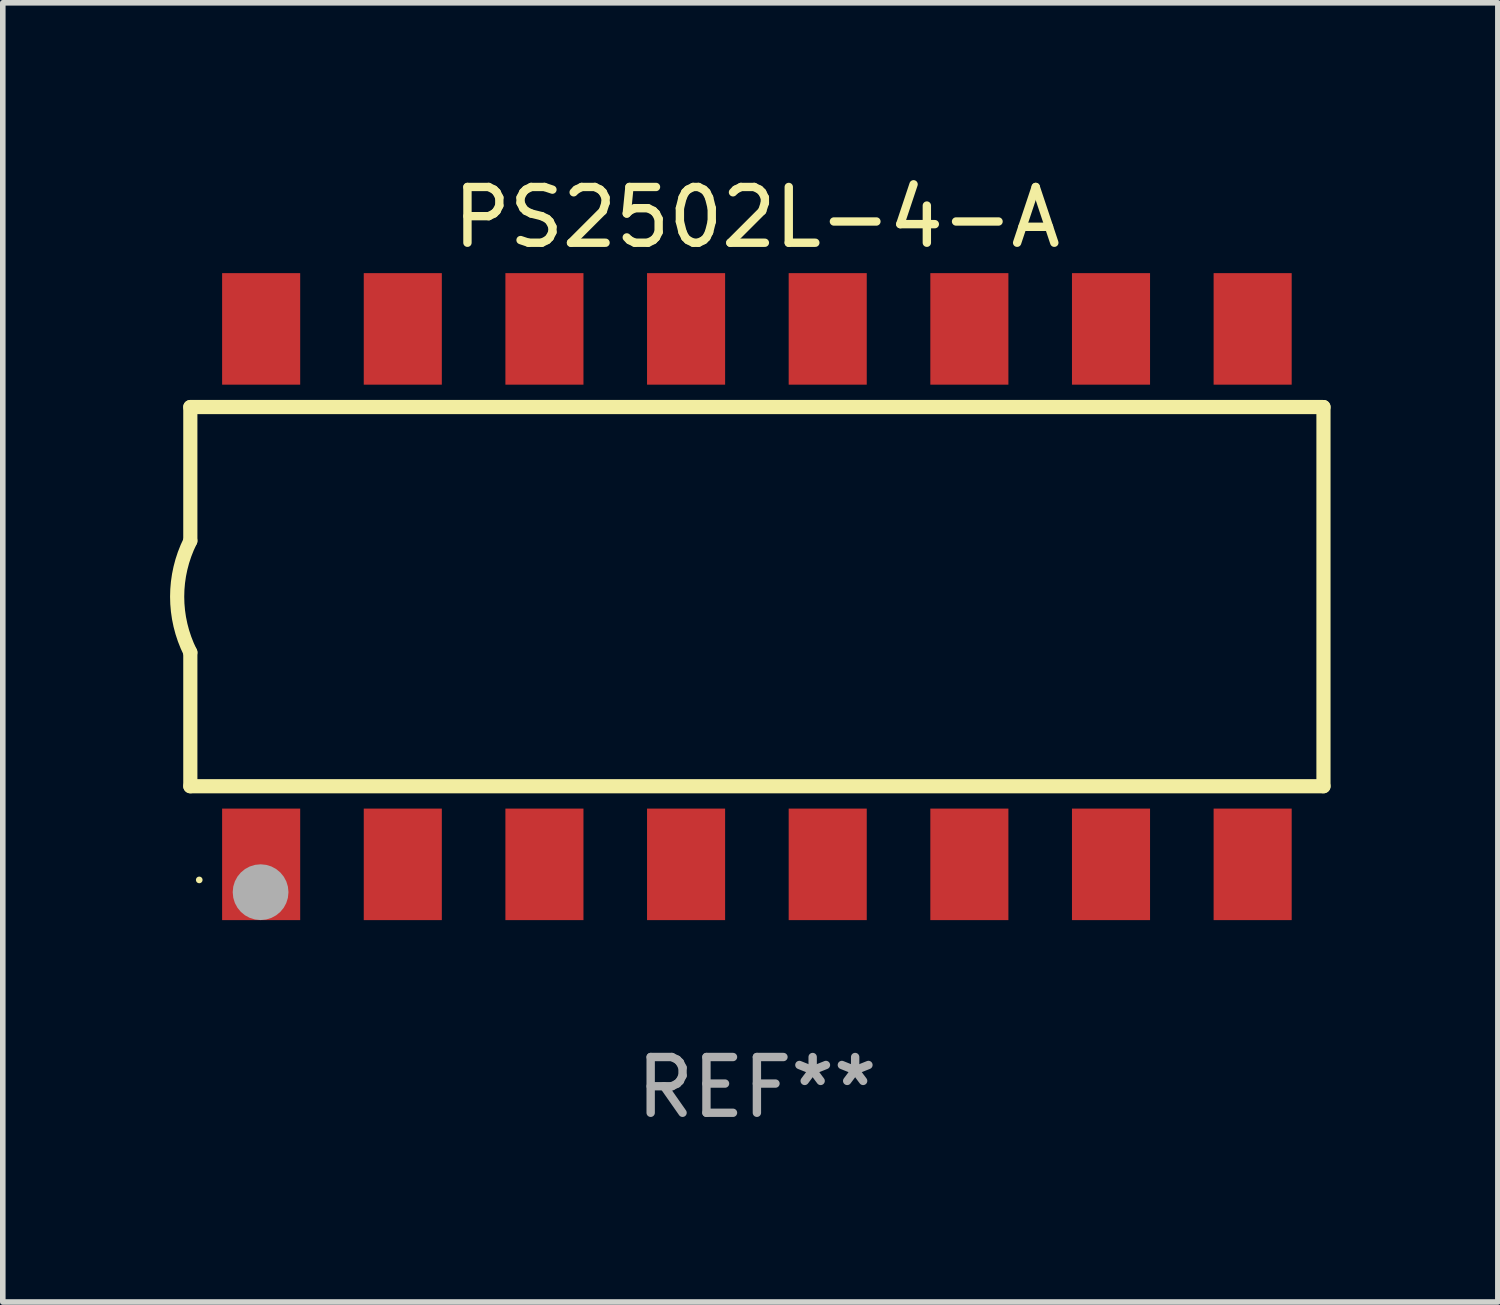
<source format=kicad_pcb>
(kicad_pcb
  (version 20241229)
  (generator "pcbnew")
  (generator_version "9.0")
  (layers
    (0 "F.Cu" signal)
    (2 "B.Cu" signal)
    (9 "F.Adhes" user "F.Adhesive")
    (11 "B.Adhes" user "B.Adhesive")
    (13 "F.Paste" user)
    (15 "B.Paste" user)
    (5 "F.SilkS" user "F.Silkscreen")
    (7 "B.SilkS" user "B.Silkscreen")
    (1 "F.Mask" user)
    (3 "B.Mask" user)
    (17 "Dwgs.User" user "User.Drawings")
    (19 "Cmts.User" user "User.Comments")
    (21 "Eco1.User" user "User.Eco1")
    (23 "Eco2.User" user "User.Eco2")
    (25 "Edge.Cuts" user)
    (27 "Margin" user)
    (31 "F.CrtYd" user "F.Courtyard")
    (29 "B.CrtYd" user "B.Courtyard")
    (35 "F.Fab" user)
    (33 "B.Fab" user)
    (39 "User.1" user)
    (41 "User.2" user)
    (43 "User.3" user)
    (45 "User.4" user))
  (footprint "PS2502L-4-A"
    (layer "F.Cu")
    (at 10.523 7.649)
    (property "Reference" "PS2502L-4-A" (at 0 -6.801 0) (layer "F.SilkS") (effects (font (size 1 1) (thickness 0.15))))
    (attr through_hole)
    (fp_line (start -10.16 -3.4) (end -10.16 -1) (stroke (width 0.254) (type solid)) (layer "F.SilkS"))
    (fp_line (start -10.16 3.4) (end -10.16 1) (stroke (width 0.254) (type solid)) (layer "F.SilkS"))
    (fp_line (start 10.16 -3.4) (end -10.16 -3.4) (stroke (width 0.254) (type solid)) (layer "F.SilkS"))
    (fp_line (start 10.16 -3.4) (end 10.16 3.4) (stroke (width 0.254) (type solid)) (layer "F.SilkS"))
    (fp_line (start 10.16 3.4) (end -10.16 3.4) (stroke (width 0.254) (type solid)) (layer "F.SilkS"))
    (fp_arc (start -10.16002 1.000762) (mid -10.396178 0.000381) (end -10.16002 -1) (stroke (width 0.254001) (type solid)) (layer "F.SilkS"))
    (fp_circle (center -10 5.08) (end -9.97 5.08) (stroke (width 0.06) (type solid)) (fill no) (layer "F.SilkS"))
    (fp_circle (center -8.9 5.3) (end -8.65 5.3) (stroke (width 0.5) (type solid)) (fill no) (layer "F.Fab"))
    (fp_text user "REF**" (at 0 8.801 0) (layer "F.Fab") (effects (font (size 1 1) (thickness 0.15))))
    (pad "1" smd rect (at -8.89 4.801 180) (size 1.4 2) (layers "F.Cu" "F.Mask" "F.Paste"))
    (pad "2" smd rect (at -6.35 4.801 180) (size 1.4 2) (layers "F.Cu" "F.Mask" "F.Paste"))
    (pad "3" smd rect (at -3.81 4.801 180) (size 1.4 2) (layers "F.Cu" "F.Mask" "F.Paste"))
    (pad "4" smd rect (at -1.27 4.801 180) (size 1.4 2) (layers "F.Cu" "F.Mask" "F.Paste"))
    (pad "5" smd rect (at 1.27 4.801 180) (size 1.4 2) (layers "F.Cu" "F.Mask" "F.Paste"))
    (pad "6" smd rect (at 3.81 4.801 180) (size 1.4 2) (layers "F.Cu" "F.Mask" "F.Paste"))
    (pad "7" smd rect (at 6.35 4.801 180) (size 1.4 2) (layers "F.Cu" "F.Mask" "F.Paste"))
    (pad "8" smd rect (at 8.89 4.801 180) (size 1.4 2) (layers "F.Cu" "F.Mask" "F.Paste"))
    (pad "9" smd rect (at 8.89 -4.801 180) (size 1.4 2) (layers "F.Cu" "F.Mask" "F.Paste"))
    (pad "10" smd rect (at 6.35 -4.801 180) (size 1.4 2) (layers "F.Cu" "F.Mask" "F.Paste"))
    (pad "11" smd rect (at 3.81 -4.801 180) (size 1.4 2) (layers "F.Cu" "F.Mask" "F.Paste"))
    (pad "12" smd rect (at 1.27 -4.801 180) (size 1.4 2) (layers "F.Cu" "F.Mask" "F.Paste"))
    (pad "13" smd rect (at -1.27 -4.801 180) (size 1.4 2) (layers "F.Cu" "F.Mask" "F.Paste"))
    (pad "14" smd rect (at -3.81 -4.801 180) (size 1.4 2) (layers "F.Cu" "F.Mask" "F.Paste"))
    (pad "15" smd rect (at -6.35 -4.801 180) (size 1.4 2) (layers "F.Cu" "F.Mask" "F.Paste"))
    (pad "16" smd rect (at -8.89 -4.801 180) (size 1.4 2) (layers "F.Cu" "F.Mask" "F.Paste")))
  (gr_rect
    (start -3 -3)
    (end 23.81 20.298)
    (stroke (width 0.1) (type default))
    (fill no)
    (layer "Edge.Cuts")))
</source>
